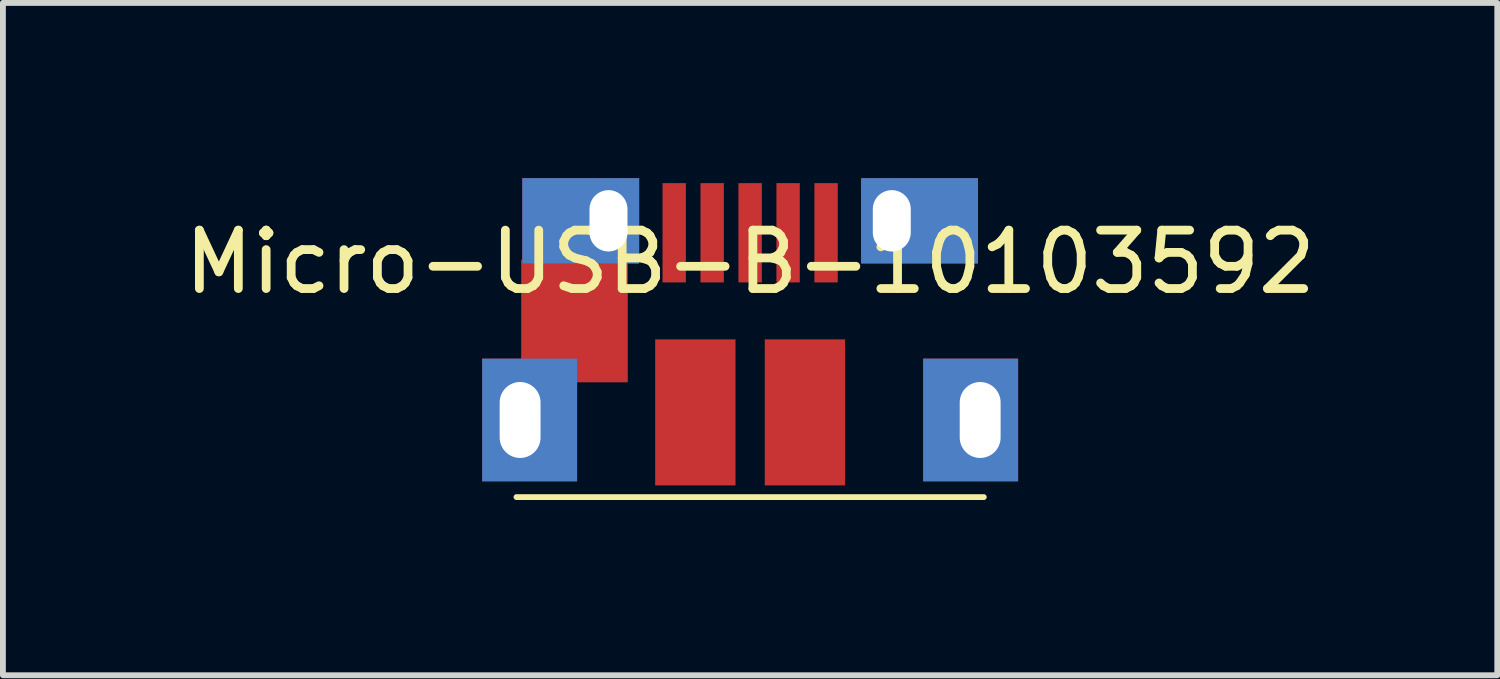
<source format=kicad_pcb>
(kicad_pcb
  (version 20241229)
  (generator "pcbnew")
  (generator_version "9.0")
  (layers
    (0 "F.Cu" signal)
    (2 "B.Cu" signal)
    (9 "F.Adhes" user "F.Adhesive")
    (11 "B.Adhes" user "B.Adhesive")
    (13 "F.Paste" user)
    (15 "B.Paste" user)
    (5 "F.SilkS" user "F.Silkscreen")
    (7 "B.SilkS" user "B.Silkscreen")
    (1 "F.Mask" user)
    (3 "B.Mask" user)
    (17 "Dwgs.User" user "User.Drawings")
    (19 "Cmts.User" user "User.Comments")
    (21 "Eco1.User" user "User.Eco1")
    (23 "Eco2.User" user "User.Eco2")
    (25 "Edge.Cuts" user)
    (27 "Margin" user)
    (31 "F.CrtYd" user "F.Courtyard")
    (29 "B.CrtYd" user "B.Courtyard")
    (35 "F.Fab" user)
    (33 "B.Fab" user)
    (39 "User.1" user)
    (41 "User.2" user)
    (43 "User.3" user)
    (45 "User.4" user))
  (footprint "Micro-USB-B-10103592"
    (layer "F.Cu")
    (at 9.792 0.935)
    (property "Reference" "Micro-USB-B-10103592" (at 0 0.5 0) (layer "F.SilkS") (effects (font (size 1 1) (thickness 0.15))))
    (attr through_hole)
    (fp_line (start -4 4.525) (end 4 4.525) (stroke (width 0.1) (type solid)) (layer "F.SilkS"))
    (pad "" smd rect (at -3.17 1.51) (size 1.825 2.1) (drill oval (offset 0.163 0)) (layers "F.Cu" "F.Mask" "F.Paste"))
    (pad "" smd rect (at -0.938 3.075) (size 1.375 2.5) (layers "F.Cu" "F.Mask" "F.Paste"))
    (pad "" smd rect (at 0.938 3.075) (size 1.375 2.5) (layers "F.Cu" "F.Mask" "F.Paste"))
    (pad "1" smd rect (at 1.3 0) (size 0.4 1.7) (layers "F.Cu" "F.Mask" "F.Paste"))
    (pad "2" smd rect (at 0.65 0) (size 0.4 1.7) (layers "F.Cu" "F.Mask" "F.Paste"))
    (pad "3" smd rect (at 0 0) (size 0.4 1.7) (layers "F.Cu" "F.Mask" "F.Paste"))
    (pad "4" smd rect (at -0.65 0) (size 0.4 1.7) (layers "F.Cu" "F.Mask" "F.Paste"))
    (pad "5" smd rect (at -1.3 0) (size 0.4 1.7) (layers "F.Cu" "F.Mask" "F.Paste"))
    (pad "G" thru_hole rect (at -3.938 3.205) (size 1.625 2.1) (drill oval 0.7 1.3 (offset 0.163 0)) (layers "*.Cu" "*.Mask"))
    (pad "G" thru_hole rect (at -2.425 -0.205) (size 2 1.46) (drill oval 0.65 1.05 (offset -0.475 0)) (layers "*.Cu" "*.Mask"))
    (pad "G" thru_hole rect (at 2.425 -0.205) (size 2 1.46) (drill oval 0.65 1.05 (offset 0.475 0)) (layers "*.Cu" "*.Mask"))
    (pad "G" thru_hole rect (at 3.938 3.205) (size 1.625 2.1) (drill oval 0.7 1.3 (offset -0.163 0)) (layers "*.Cu" "*.Mask")))
  (gr_rect
    (start -3 -3)
    (end 22.583 8.51)
    (stroke (width 0.1) (type default))
    (fill no)
    (layer "Edge.Cuts")))
</source>
